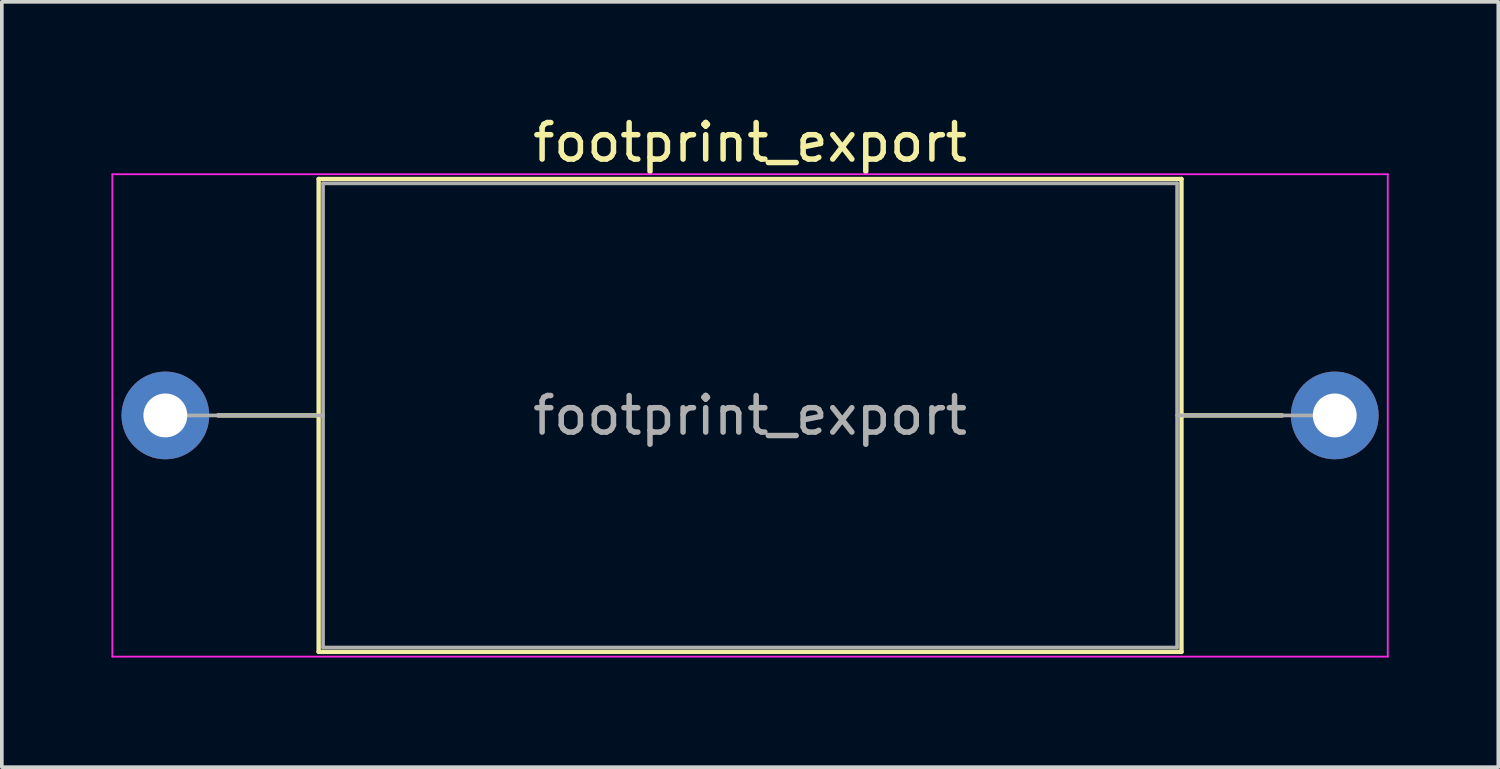
<source format=kicad_pcb>
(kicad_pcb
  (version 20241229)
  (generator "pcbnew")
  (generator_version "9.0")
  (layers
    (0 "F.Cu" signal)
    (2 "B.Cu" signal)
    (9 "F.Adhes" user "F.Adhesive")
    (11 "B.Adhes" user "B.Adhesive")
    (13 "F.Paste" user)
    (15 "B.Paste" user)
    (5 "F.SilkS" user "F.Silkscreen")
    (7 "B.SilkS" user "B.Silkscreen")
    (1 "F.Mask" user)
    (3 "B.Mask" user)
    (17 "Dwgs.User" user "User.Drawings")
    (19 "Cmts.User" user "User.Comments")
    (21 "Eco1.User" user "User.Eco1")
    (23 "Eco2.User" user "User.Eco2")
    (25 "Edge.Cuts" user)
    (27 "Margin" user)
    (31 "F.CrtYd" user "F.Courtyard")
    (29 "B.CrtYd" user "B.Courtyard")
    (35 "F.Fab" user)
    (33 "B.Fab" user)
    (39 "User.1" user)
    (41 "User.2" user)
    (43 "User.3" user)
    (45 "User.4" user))
  (footprint "footprint_export"
    (layer "F.Cu")
    (at 1.475 8.318)
    (property "Reference" "footprint_export" (at 16 -7.47 0) (layer "F.SilkS") (effects (font (size 1 1) (thickness 0.15))))
    (attr through_hole)
    (fp_line (start 1.44 0) (end 4.195 0) (stroke (width 0.12) (type solid)) (layer "F.SilkS"))
    (fp_line (start 4.195 -6.47) (end 4.195 6.47) (stroke (width 0.12) (type solid)) (layer "F.SilkS"))
    (fp_line (start 4.195 6.47) (end 27.805 6.47) (stroke (width 0.12) (type solid)) (layer "F.SilkS"))
    (fp_line (start 27.805 -6.47) (end 4.195 -6.47) (stroke (width 0.12) (type solid)) (layer "F.SilkS"))
    (fp_line (start 27.805 6.47) (end 27.805 -6.47) (stroke (width 0.12) (type solid)) (layer "F.SilkS"))
    (fp_line (start 30.56 0) (end 27.805 0) (stroke (width 0.12) (type solid)) (layer "F.SilkS"))
    (fp_line (start -1.45 -6.6) (end -1.45 6.6) (stroke (width 0.05) (type solid)) (layer "F.CrtYd"))
    (fp_line (start -1.45 6.6) (end 33.45 6.6) (stroke (width 0.05) (type solid)) (layer "F.CrtYd"))
    (fp_line (start 33.45 -6.6) (end -1.45 -6.6) (stroke (width 0.05) (type solid)) (layer "F.CrtYd"))
    (fp_line (start 33.45 6.6) (end 33.45 -6.6) (stroke (width 0.05) (type solid)) (layer "F.CrtYd"))
    (fp_line (start 0 0) (end 4.315 0) (stroke (width 0.1) (type solid)) (layer "F.Fab"))
    (fp_line (start 4.315 -6.35) (end 4.315 6.35) (stroke (width 0.1) (type solid)) (layer "F.Fab"))
    (fp_line (start 4.315 6.35) (end 27.685 6.35) (stroke (width 0.1) (type solid)) (layer "F.Fab"))
    (fp_line (start 27.685 -6.35) (end 4.315 -6.35) (stroke (width 0.1) (type solid)) (layer "F.Fab"))
    (fp_line (start 27.685 6.35) (end 27.685 -6.35) (stroke (width 0.1) (type solid)) (layer "F.Fab"))
    (fp_line (start 32 0) (end 27.685 0) (stroke (width 0.1) (type solid)) (layer "F.Fab"))
    (fp_text user "${REFERENCE}" (at 16 0 0) (layer "F.Fab") (effects (font (size 1 1) (thickness 0.15))))
    (pad "1" thru_hole circle (at 0 0) (size 2.4 2.4) (drill 1.2) (layers "*.Cu" "*.Mask"))
    (pad "2" thru_hole oval (at 32 0) (size 2.4 2.4) (drill 1.2) (layers "*.Cu" "*.Mask")))
  (gr_rect
    (start -3 -3)
    (end 37.95 17.943)
    (stroke (width 0.1) (type default))
    (fill no)
    (layer "Edge.Cuts")))
</source>
